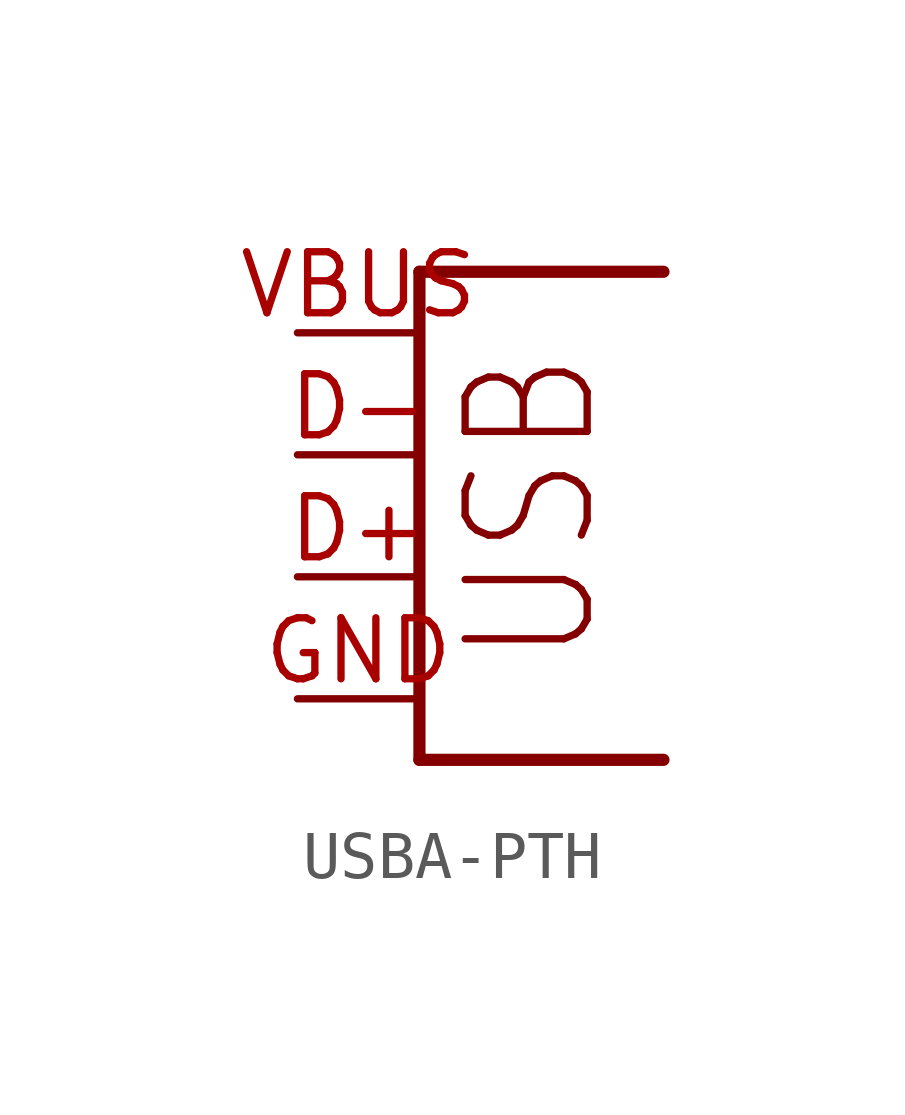
<source format=kicad_sym>
(kicad_symbol_lib
  (version 20211014)
  (generator kicad_symbol_editor)
  (symbol "USBA-PTH"
    (property "Reference" "USB"
      (at 0 0 0)
      (effects (font (size 1.27 1.27)) hide))
    (property "ki_locked" ""
      (at 0 0 0)
      (effects (font (size 1.27 1.27))))
    (symbol "USBA-PTH_1_0"
      (polyline (pts (xy -3.81 -5.08) (xy 1.27 -5.08)) (stroke (width 0.254) (type default) (color 0 0 0 0)) (fill (type none)))
      (polyline (pts (xy -3.81 5.08) (xy -3.81 -5.08)) (stroke (width 0.254) (type default) (color 0 0 0 0)) (fill (type none)))
      (polyline (pts (xy 1.27 5.08) (xy -3.81 5.08)) (stroke (width 0.254) (type default) (color 0 0 0 0)) (fill (type none)))
      (text "USB" (at 0 -3.175 900) (effects (font (size 2.54 2.159)) (justify left bottom)))
      (pin bidirectional line (at -6.35 -1.27 0) (length 2.54) (name "D+" (effects (font (size 0 0)))) (number "D+" (effects (font (size 1.27 1.27)))))
      (pin bidirectional line (at -6.35 1.27 0) (length 2.54) (name "D-" (effects (font (size 0 0)))) (number "D-" (effects (font (size 1.27 1.27)))))
      (pin bidirectional line (at -6.35 -3.81 0) (length 2.54) (name "GND" (effects (font (size 0 0)))) (number "GND" (effects (font (size 1.27 1.27)))))
      (pin bidirectional line (at -6.35 3.81 0) (length 2.54) (name "VBUS" (effects (font (size 0 0)))) (number "VBUS" (effects (font (size 1.27 1.27))))))))
</source>
